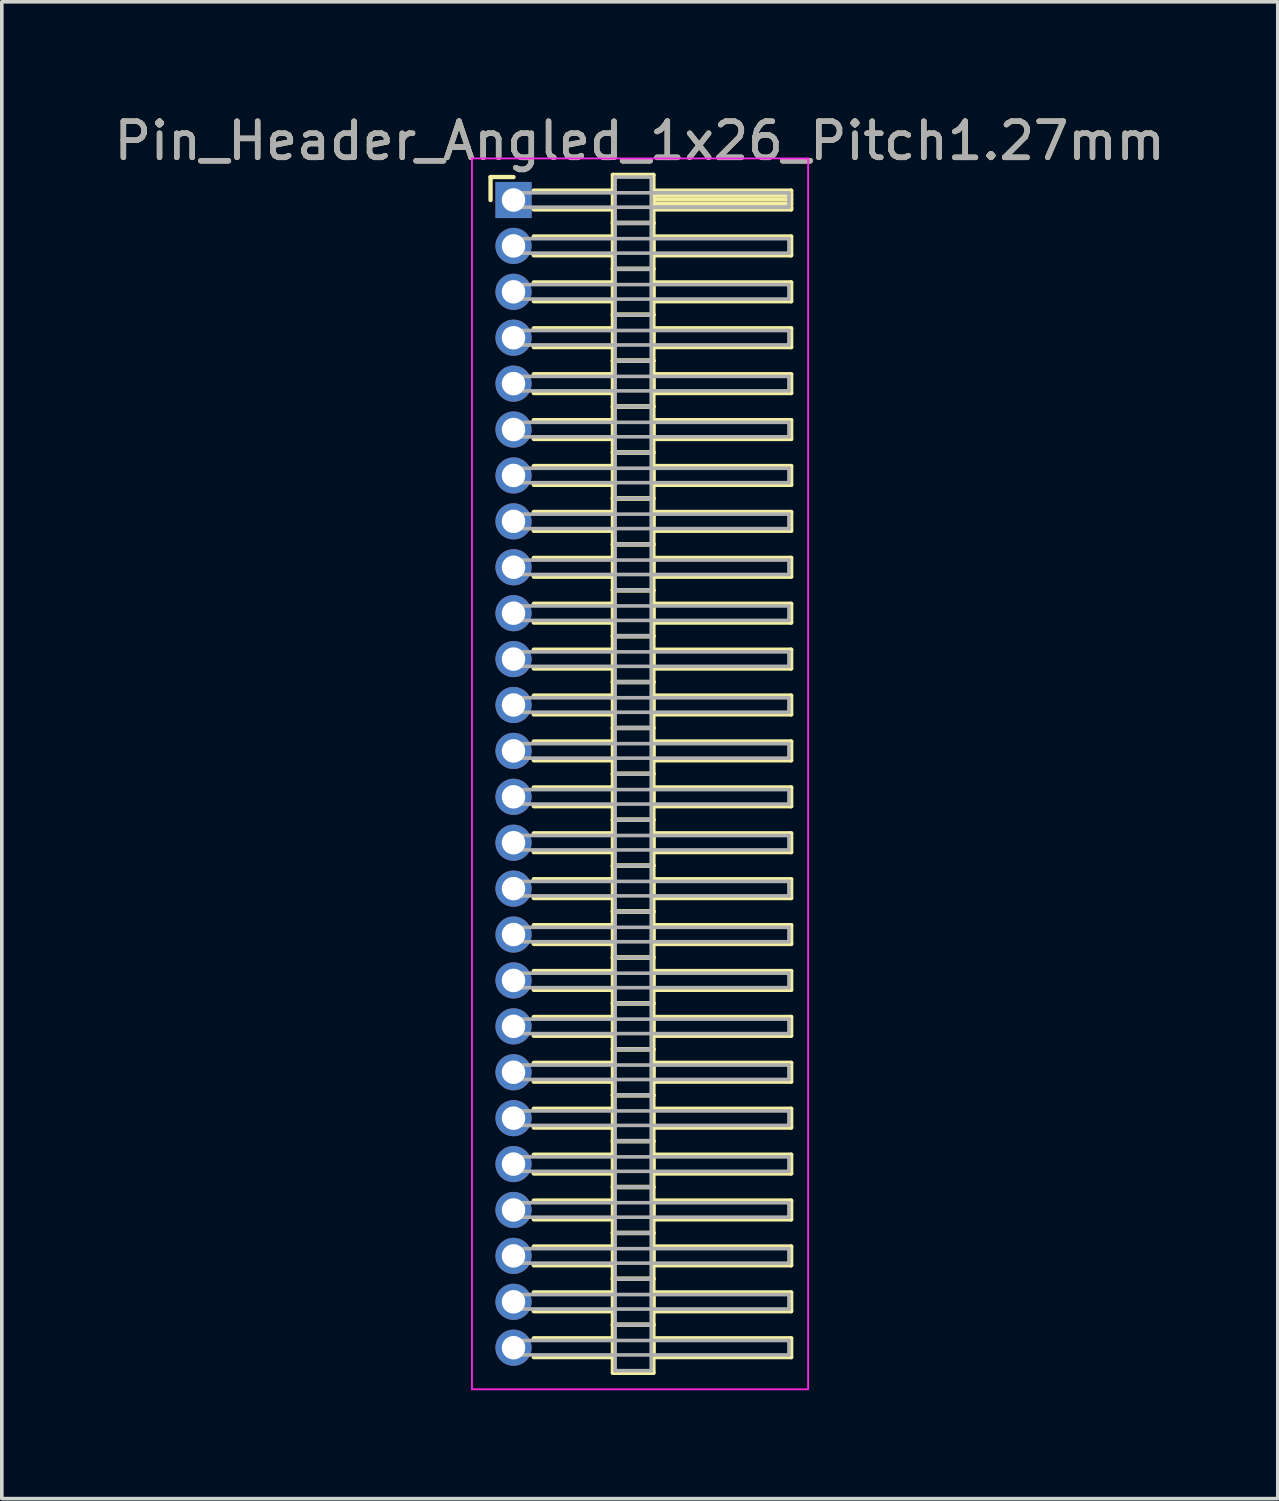
<source format=kicad_pcb>
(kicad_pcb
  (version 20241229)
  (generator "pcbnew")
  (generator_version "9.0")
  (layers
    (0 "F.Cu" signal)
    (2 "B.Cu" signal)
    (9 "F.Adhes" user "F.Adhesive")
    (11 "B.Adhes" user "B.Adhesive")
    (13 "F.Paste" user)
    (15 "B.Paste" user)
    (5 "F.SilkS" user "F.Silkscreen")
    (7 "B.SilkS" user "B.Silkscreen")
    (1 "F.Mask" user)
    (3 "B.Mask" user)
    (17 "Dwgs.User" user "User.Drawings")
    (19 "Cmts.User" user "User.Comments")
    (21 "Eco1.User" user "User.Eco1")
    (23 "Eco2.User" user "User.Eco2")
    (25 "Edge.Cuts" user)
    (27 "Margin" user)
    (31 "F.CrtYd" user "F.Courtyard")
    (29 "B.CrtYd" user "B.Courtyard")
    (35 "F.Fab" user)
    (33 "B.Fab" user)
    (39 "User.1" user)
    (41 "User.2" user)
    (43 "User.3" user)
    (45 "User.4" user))
  (footprint "Pin_Header_Angled_1x26_Pitch1.27mm"
    (layer "F.Cu")
    (at 11.156 2.483)
    (property "Reference" "Pin_Header_Angled_1x26_Pitch1.27mm" (at 3.493 -1.635 0) (layer "F.SilkS") (effects (font (size 1 1) (thickness 0.15))))
    (attr through_hole)
    (fp_line (start -0.635 -0.635) (end 0 -0.635) (stroke (width 0.12) (type solid)) (layer "F.SilkS"))
    (fp_line (start -0.635 0) (end -0.635 -0.635) (stroke (width 0.12) (type solid)) (layer "F.SilkS"))
    (fp_line (start 0.56 -0.26) (end 2.75 -0.26) (stroke (width 0.12) (type solid)) (layer "F.SilkS"))
    (fp_line (start 0.56 0.26) (end 2.75 0.26) (stroke (width 0.12) (type solid)) (layer "F.SilkS"))
    (fp_line (start 0.56 1.01) (end 2.75 1.01) (stroke (width 0.12) (type solid)) (layer "F.SilkS"))
    (fp_line (start 0.56 1.53) (end 2.75 1.53) (stroke (width 0.12) (type solid)) (layer "F.SilkS"))
    (fp_line (start 0.56 2.28) (end 2.75 2.28) (stroke (width 0.12) (type solid)) (layer "F.SilkS"))
    (fp_line (start 0.56 2.8) (end 2.75 2.8) (stroke (width 0.12) (type solid)) (layer "F.SilkS"))
    (fp_line (start 0.56 3.55) (end 2.75 3.55) (stroke (width 0.12) (type solid)) (layer "F.SilkS"))
    (fp_line (start 0.56 4.07) (end 2.75 4.07) (stroke (width 0.12) (type solid)) (layer "F.SilkS"))
    (fp_line (start 0.56 4.82) (end 2.75 4.82) (stroke (width 0.12) (type solid)) (layer "F.SilkS"))
    (fp_line (start 0.56 5.34) (end 2.75 5.34) (stroke (width 0.12) (type solid)) (layer "F.SilkS"))
    (fp_line (start 0.56 6.09) (end 2.75 6.09) (stroke (width 0.12) (type solid)) (layer "F.SilkS"))
    (fp_line (start 0.56 6.61) (end 2.75 6.61) (stroke (width 0.12) (type solid)) (layer "F.SilkS"))
    (fp_line (start 0.56 7.36) (end 2.75 7.36) (stroke (width 0.12) (type solid)) (layer "F.SilkS"))
    (fp_line (start 0.56 7.88) (end 2.75 7.88) (stroke (width 0.12) (type solid)) (layer "F.SilkS"))
    (fp_line (start 0.56 8.63) (end 2.75 8.63) (stroke (width 0.12) (type solid)) (layer "F.SilkS"))
    (fp_line (start 0.56 9.15) (end 2.75 9.15) (stroke (width 0.12) (type solid)) (layer "F.SilkS"))
    (fp_line (start 0.56 9.9) (end 2.75 9.9) (stroke (width 0.12) (type solid)) (layer "F.SilkS"))
    (fp_line (start 0.56 10.42) (end 2.75 10.42) (stroke (width 0.12) (type solid)) (layer "F.SilkS"))
    (fp_line (start 0.56 11.17) (end 2.75 11.17) (stroke (width 0.12) (type solid)) (layer "F.SilkS"))
    (fp_line (start 0.56 11.69) (end 2.75 11.69) (stroke (width 0.12) (type solid)) (layer "F.SilkS"))
    (fp_line (start 0.56 12.44) (end 2.75 12.44) (stroke (width 0.12) (type solid)) (layer "F.SilkS"))
    (fp_line (start 0.56 12.96) (end 2.75 12.96) (stroke (width 0.12) (type solid)) (layer "F.SilkS"))
    (fp_line (start 0.56 13.71) (end 2.75 13.71) (stroke (width 0.12) (type solid)) (layer "F.SilkS"))
    (fp_line (start 0.56 14.23) (end 2.75 14.23) (stroke (width 0.12) (type solid)) (layer "F.SilkS"))
    (fp_line (start 0.56 14.98) (end 2.75 14.98) (stroke (width 0.12) (type solid)) (layer "F.SilkS"))
    (fp_line (start 0.56 15.5) (end 2.75 15.5) (stroke (width 0.12) (type solid)) (layer "F.SilkS"))
    (fp_line (start 0.56 16.25) (end 2.75 16.25) (stroke (width 0.12) (type solid)) (layer "F.SilkS"))
    (fp_line (start 0.56 16.77) (end 2.75 16.77) (stroke (width 0.12) (type solid)) (layer "F.SilkS"))
    (fp_line (start 0.56 17.52) (end 2.75 17.52) (stroke (width 0.12) (type solid)) (layer "F.SilkS"))
    (fp_line (start 0.56 18.04) (end 2.75 18.04) (stroke (width 0.12) (type solid)) (layer "F.SilkS"))
    (fp_line (start 0.56 18.79) (end 2.75 18.79) (stroke (width 0.12) (type solid)) (layer "F.SilkS"))
    (fp_line (start 0.56 19.31) (end 2.75 19.31) (stroke (width 0.12) (type solid)) (layer "F.SilkS"))
    (fp_line (start 0.56 20.06) (end 2.75 20.06) (stroke (width 0.12) (type solid)) (layer "F.SilkS"))
    (fp_line (start 0.56 20.58) (end 2.75 20.58) (stroke (width 0.12) (type solid)) (layer "F.SilkS"))
    (fp_line (start 0.56 21.33) (end 2.75 21.33) (stroke (width 0.12) (type solid)) (layer "F.SilkS"))
    (fp_line (start 0.56 21.85) (end 2.75 21.85) (stroke (width 0.12) (type solid)) (layer "F.SilkS"))
    (fp_line (start 0.56 22.6) (end 2.75 22.6) (stroke (width 0.12) (type solid)) (layer "F.SilkS"))
    (fp_line (start 0.56 23.12) (end 2.75 23.12) (stroke (width 0.12) (type solid)) (layer "F.SilkS"))
    (fp_line (start 0.56 23.87) (end 2.75 23.87) (stroke (width 0.12) (type solid)) (layer "F.SilkS"))
    (fp_line (start 0.56 24.39) (end 2.75 24.39) (stroke (width 0.12) (type solid)) (layer "F.SilkS"))
    (fp_line (start 0.56 25.14) (end 2.75 25.14) (stroke (width 0.12) (type solid)) (layer "F.SilkS"))
    (fp_line (start 0.56 25.66) (end 2.75 25.66) (stroke (width 0.12) (type solid)) (layer "F.SilkS"))
    (fp_line (start 0.56 26.41) (end 2.75 26.41) (stroke (width 0.12) (type solid)) (layer "F.SilkS"))
    (fp_line (start 0.56 26.93) (end 2.75 26.93) (stroke (width 0.12) (type solid)) (layer "F.SilkS"))
    (fp_line (start 0.56 27.68) (end 2.75 27.68) (stroke (width 0.12) (type solid)) (layer "F.SilkS"))
    (fp_line (start 0.56 28.2) (end 2.75 28.2) (stroke (width 0.12) (type solid)) (layer "F.SilkS"))
    (fp_line (start 0.56 28.95) (end 2.75 28.95) (stroke (width 0.12) (type solid)) (layer "F.SilkS"))
    (fp_line (start 0.56 29.47) (end 2.75 29.47) (stroke (width 0.12) (type solid)) (layer "F.SilkS"))
    (fp_line (start 0.56 30.22) (end 2.75 30.22) (stroke (width 0.12) (type solid)) (layer "F.SilkS"))
    (fp_line (start 0.56 30.74) (end 2.75 30.74) (stroke (width 0.12) (type solid)) (layer "F.SilkS"))
    (fp_line (start 0.56 31.49) (end 2.75 31.49) (stroke (width 0.12) (type solid)) (layer "F.SilkS"))
    (fp_line (start 0.56 32.01) (end 2.75 32.01) (stroke (width 0.12) (type solid)) (layer "F.SilkS"))
    (fp_line (start 2.75 -0.695) (end 2.75 0.635) (stroke (width 0.12) (type solid)) (layer "F.SilkS"))
    (fp_line (start 2.75 0.635) (end 2.75 1.905) (stroke (width 0.12) (type solid)) (layer "F.SilkS"))
    (fp_line (start 2.75 0.635) (end 3.87 0.635) (stroke (width 0.12) (type solid)) (layer "F.SilkS"))
    (fp_line (start 2.75 1.905) (end 2.75 3.175) (stroke (width 0.12) (type solid)) (layer "F.SilkS"))
    (fp_line (start 2.75 1.905) (end 3.87 1.905) (stroke (width 0.12) (type solid)) (layer "F.SilkS"))
    (fp_line (start 2.75 3.175) (end 2.75 4.445) (stroke (width 0.12) (type solid)) (layer "F.SilkS"))
    (fp_line (start 2.75 3.175) (end 3.87 3.175) (stroke (width 0.12) (type solid)) (layer "F.SilkS"))
    (fp_line (start 2.75 4.445) (end 2.75 5.715) (stroke (width 0.12) (type solid)) (layer "F.SilkS"))
    (fp_line (start 2.75 4.445) (end 3.87 4.445) (stroke (width 0.12) (type solid)) (layer "F.SilkS"))
    (fp_line (start 2.75 5.715) (end 2.75 6.985) (stroke (width 0.12) (type solid)) (layer "F.SilkS"))
    (fp_line (start 2.75 5.715) (end 3.87 5.715) (stroke (width 0.12) (type solid)) (layer "F.SilkS"))
    (fp_line (start 2.75 6.985) (end 2.75 8.255) (stroke (width 0.12) (type solid)) (layer "F.SilkS"))
    (fp_line (start 2.75 6.985) (end 3.87 6.985) (stroke (width 0.12) (type solid)) (layer "F.SilkS"))
    (fp_line (start 2.75 8.255) (end 2.75 9.525) (stroke (width 0.12) (type solid)) (layer "F.SilkS"))
    (fp_line (start 2.75 8.255) (end 3.87 8.255) (stroke (width 0.12) (type solid)) (layer "F.SilkS"))
    (fp_line (start 2.75 9.525) (end 2.75 10.795) (stroke (width 0.12) (type solid)) (layer "F.SilkS"))
    (fp_line (start 2.75 9.525) (end 3.87 9.525) (stroke (width 0.12) (type solid)) (layer "F.SilkS"))
    (fp_line (start 2.75 10.795) (end 2.75 12.065) (stroke (width 0.12) (type solid)) (layer "F.SilkS"))
    (fp_line (start 2.75 10.795) (end 3.87 10.795) (stroke (width 0.12) (type solid)) (layer "F.SilkS"))
    (fp_line (start 2.75 12.065) (end 2.75 13.335) (stroke (width 0.12) (type solid)) (layer "F.SilkS"))
    (fp_line (start 2.75 12.065) (end 3.87 12.065) (stroke (width 0.12) (type solid)) (layer "F.SilkS"))
    (fp_line (start 2.75 13.335) (end 2.75 14.605) (stroke (width 0.12) (type solid)) (layer "F.SilkS"))
    (fp_line (start 2.75 13.335) (end 3.87 13.335) (stroke (width 0.12) (type solid)) (layer "F.SilkS"))
    (fp_line (start 2.75 14.605) (end 2.75 15.875) (stroke (width 0.12) (type solid)) (layer "F.SilkS"))
    (fp_line (start 2.75 14.605) (end 3.87 14.605) (stroke (width 0.12) (type solid)) (layer "F.SilkS"))
    (fp_line (start 2.75 15.875) (end 2.75 17.145) (stroke (width 0.12) (type solid)) (layer "F.SilkS"))
    (fp_line (start 2.75 15.875) (end 3.87 15.875) (stroke (width 0.12) (type solid)) (layer "F.SilkS"))
    (fp_line (start 2.75 17.145) (end 2.75 18.415) (stroke (width 0.12) (type solid)) (layer "F.SilkS"))
    (fp_line (start 2.75 17.145) (end 3.87 17.145) (stroke (width 0.12) (type solid)) (layer "F.SilkS"))
    (fp_line (start 2.75 18.415) (end 2.75 19.685) (stroke (width 0.12) (type solid)) (layer "F.SilkS"))
    (fp_line (start 2.75 18.415) (end 3.87 18.415) (stroke (width 0.12) (type solid)) (layer "F.SilkS"))
    (fp_line (start 2.75 19.685) (end 2.75 20.955) (stroke (width 0.12) (type solid)) (layer "F.SilkS"))
    (fp_line (start 2.75 19.685) (end 3.87 19.685) (stroke (width 0.12) (type solid)) (layer "F.SilkS"))
    (fp_line (start 2.75 20.955) (end 2.75 22.225) (stroke (width 0.12) (type solid)) (layer "F.SilkS"))
    (fp_line (start 2.75 20.955) (end 3.87 20.955) (stroke (width 0.12) (type solid)) (layer "F.SilkS"))
    (fp_line (start 2.75 22.225) (end 2.75 23.495) (stroke (width 0.12) (type solid)) (layer "F.SilkS"))
    (fp_line (start 2.75 22.225) (end 3.87 22.225) (stroke (width 0.12) (type solid)) (layer "F.SilkS"))
    (fp_line (start 2.75 23.495) (end 2.75 24.765) (stroke (width 0.12) (type solid)) (layer "F.SilkS"))
    (fp_line (start 2.75 23.495) (end 3.87 23.495) (stroke (width 0.12) (type solid)) (layer "F.SilkS"))
    (fp_line (start 2.75 24.765) (end 2.75 26.035) (stroke (width 0.12) (type solid)) (layer "F.SilkS"))
    (fp_line (start 2.75 24.765) (end 3.87 24.765) (stroke (width 0.12) (type solid)) (layer "F.SilkS"))
    (fp_line (start 2.75 26.035) (end 2.75 27.305) (stroke (width 0.12) (type solid)) (layer "F.SilkS"))
    (fp_line (start 2.75 26.035) (end 3.87 26.035) (stroke (width 0.12) (type solid)) (layer "F.SilkS"))
    (fp_line (start 2.75 27.305) (end 2.75 28.575) (stroke (width 0.12) (type solid)) (layer "F.SilkS"))
    (fp_line (start 2.75 27.305) (end 3.87 27.305) (stroke (width 0.12) (type solid)) (layer "F.SilkS"))
    (fp_line (start 2.75 28.575) (end 2.75 29.845) (stroke (width 0.12) (type solid)) (layer "F.SilkS"))
    (fp_line (start 2.75 28.575) (end 3.87 28.575) (stroke (width 0.12) (type solid)) (layer "F.SilkS"))
    (fp_line (start 2.75 29.845) (end 2.75 31.115) (stroke (width 0.12) (type solid)) (layer "F.SilkS"))
    (fp_line (start 2.75 29.845) (end 3.87 29.845) (stroke (width 0.12) (type solid)) (layer "F.SilkS"))
    (fp_line (start 2.75 31.115) (end 2.75 32.445) (stroke (width 0.12) (type solid)) (layer "F.SilkS"))
    (fp_line (start 2.75 31.115) (end 3.87 31.115) (stroke (width 0.12) (type solid)) (layer "F.SilkS"))
    (fp_line (start 2.75 32.445) (end 3.87 32.445) (stroke (width 0.12) (type solid)) (layer "F.SilkS"))
    (fp_line (start 3.87 -0.695) (end 2.75 -0.695) (stroke (width 0.12) (type solid)) (layer "F.SilkS"))
    (fp_line (start 3.87 -0.26) (end 3.87 0.26) (stroke (width 0.12) (type solid)) (layer "F.SilkS"))
    (fp_line (start 3.87 -0.14) (end 7.68 -0.14) (stroke (width 0.12) (type solid)) (layer "F.SilkS"))
    (fp_line (start 3.87 -0.02) (end 7.68 -0.02) (stroke (width 0.12) (type solid)) (layer "F.SilkS"))
    (fp_line (start 3.87 0.1) (end 7.68 0.1) (stroke (width 0.12) (type solid)) (layer "F.SilkS"))
    (fp_line (start 3.87 0.22) (end 7.68 0.22) (stroke (width 0.12) (type solid)) (layer "F.SilkS"))
    (fp_line (start 3.87 0.26) (end 7.68 0.26) (stroke (width 0.12) (type solid)) (layer "F.SilkS"))
    (fp_line (start 3.87 0.635) (end 2.75 0.635) (stroke (width 0.12) (type solid)) (layer "F.SilkS"))
    (fp_line (start 3.87 0.635) (end 3.87 -0.695) (stroke (width 0.12) (type solid)) (layer "F.SilkS"))
    (fp_line (start 3.87 1.01) (end 3.87 1.53) (stroke (width 0.12) (type solid)) (layer "F.SilkS"))
    (fp_line (start 3.87 1.53) (end 7.68 1.53) (stroke (width 0.12) (type solid)) (layer "F.SilkS"))
    (fp_line (start 3.87 1.905) (end 2.75 1.905) (stroke (width 0.12) (type solid)) (layer "F.SilkS"))
    (fp_line (start 3.87 1.905) (end 3.87 0.635) (stroke (width 0.12) (type solid)) (layer "F.SilkS"))
    (fp_line (start 3.87 2.28) (end 3.87 2.8) (stroke (width 0.12) (type solid)) (layer "F.SilkS"))
    (fp_line (start 3.87 2.8) (end 7.68 2.8) (stroke (width 0.12) (type solid)) (layer "F.SilkS"))
    (fp_line (start 3.87 3.175) (end 2.75 3.175) (stroke (width 0.12) (type solid)) (layer "F.SilkS"))
    (fp_line (start 3.87 3.175) (end 3.87 1.905) (stroke (width 0.12) (type solid)) (layer "F.SilkS"))
    (fp_line (start 3.87 3.55) (end 3.87 4.07) (stroke (width 0.12) (type solid)) (layer "F.SilkS"))
    (fp_line (start 3.87 4.07) (end 7.68 4.07) (stroke (width 0.12) (type solid)) (layer "F.SilkS"))
    (fp_line (start 3.87 4.445) (end 2.75 4.445) (stroke (width 0.12) (type solid)) (layer "F.SilkS"))
    (fp_line (start 3.87 4.445) (end 3.87 3.175) (stroke (width 0.12) (type solid)) (layer "F.SilkS"))
    (fp_line (start 3.87 4.82) (end 3.87 5.34) (stroke (width 0.12) (type solid)) (layer "F.SilkS"))
    (fp_line (start 3.87 5.34) (end 7.68 5.34) (stroke (width 0.12) (type solid)) (layer "F.SilkS"))
    (fp_line (start 3.87 5.715) (end 2.75 5.715) (stroke (width 0.12) (type solid)) (layer "F.SilkS"))
    (fp_line (start 3.87 5.715) (end 3.87 4.445) (stroke (width 0.12) (type solid)) (layer "F.SilkS"))
    (fp_line (start 3.87 6.09) (end 3.87 6.61) (stroke (width 0.12) (type solid)) (layer "F.SilkS"))
    (fp_line (start 3.87 6.61) (end 7.68 6.61) (stroke (width 0.12) (type solid)) (layer "F.SilkS"))
    (fp_line (start 3.87 6.985) (end 2.75 6.985) (stroke (width 0.12) (type solid)) (layer "F.SilkS"))
    (fp_line (start 3.87 6.985) (end 3.87 5.715) (stroke (width 0.12) (type solid)) (layer "F.SilkS"))
    (fp_line (start 3.87 7.36) (end 3.87 7.88) (stroke (width 0.12) (type solid)) (layer "F.SilkS"))
    (fp_line (start 3.87 7.88) (end 7.68 7.88) (stroke (width 0.12) (type solid)) (layer "F.SilkS"))
    (fp_line (start 3.87 8.255) (end 2.75 8.255) (stroke (width 0.12) (type solid)) (layer "F.SilkS"))
    (fp_line (start 3.87 8.255) (end 3.87 6.985) (stroke (width 0.12) (type solid)) (layer "F.SilkS"))
    (fp_line (start 3.87 8.63) (end 3.87 9.15) (stroke (width 0.12) (type solid)) (layer "F.SilkS"))
    (fp_line (start 3.87 9.15) (end 7.68 9.15) (stroke (width 0.12) (type solid)) (layer "F.SilkS"))
    (fp_line (start 3.87 9.525) (end 2.75 9.525) (stroke (width 0.12) (type solid)) (layer "F.SilkS"))
    (fp_line (start 3.87 9.525) (end 3.87 8.255) (stroke (width 0.12) (type solid)) (layer "F.SilkS"))
    (fp_line (start 3.87 9.9) (end 3.87 10.42) (stroke (width 0.12) (type solid)) (layer "F.SilkS"))
    (fp_line (start 3.87 10.42) (end 7.68 10.42) (stroke (width 0.12) (type solid)) (layer "F.SilkS"))
    (fp_line (start 3.87 10.795) (end 2.75 10.795) (stroke (width 0.12) (type solid)) (layer "F.SilkS"))
    (fp_line (start 3.87 10.795) (end 3.87 9.525) (stroke (width 0.12) (type solid)) (layer "F.SilkS"))
    (fp_line (start 3.87 11.17) (end 3.87 11.69) (stroke (width 0.12) (type solid)) (layer "F.SilkS"))
    (fp_line (start 3.87 11.69) (end 7.68 11.69) (stroke (width 0.12) (type solid)) (layer "F.SilkS"))
    (fp_line (start 3.87 12.065) (end 2.75 12.065) (stroke (width 0.12) (type solid)) (layer "F.SilkS"))
    (fp_line (start 3.87 12.065) (end 3.87 10.795) (stroke (width 0.12) (type solid)) (layer "F.SilkS"))
    (fp_line (start 3.87 12.44) (end 3.87 12.96) (stroke (width 0.12) (type solid)) (layer "F.SilkS"))
    (fp_line (start 3.87 12.96) (end 7.68 12.96) (stroke (width 0.12) (type solid)) (layer "F.SilkS"))
    (fp_line (start 3.87 13.335) (end 2.75 13.335) (stroke (width 0.12) (type solid)) (layer "F.SilkS"))
    (fp_line (start 3.87 13.335) (end 3.87 12.065) (stroke (width 0.12) (type solid)) (layer "F.SilkS"))
    (fp_line (start 3.87 13.71) (end 3.87 14.23) (stroke (width 0.12) (type solid)) (layer "F.SilkS"))
    (fp_line (start 3.87 14.23) (end 7.68 14.23) (stroke (width 0.12) (type solid)) (layer "F.SilkS"))
    (fp_line (start 3.87 14.605) (end 2.75 14.605) (stroke (width 0.12) (type solid)) (layer "F.SilkS"))
    (fp_line (start 3.87 14.605) (end 3.87 13.335) (stroke (width 0.12) (type solid)) (layer "F.SilkS"))
    (fp_line (start 3.87 14.98) (end 3.87 15.5) (stroke (width 0.12) (type solid)) (layer "F.SilkS"))
    (fp_line (start 3.87 15.5) (end 7.68 15.5) (stroke (width 0.12) (type solid)) (layer "F.SilkS"))
    (fp_line (start 3.87 15.875) (end 2.75 15.875) (stroke (width 0.12) (type solid)) (layer "F.SilkS"))
    (fp_line (start 3.87 15.875) (end 3.87 14.605) (stroke (width 0.12) (type solid)) (layer "F.SilkS"))
    (fp_line (start 3.87 16.25) (end 3.87 16.77) (stroke (width 0.12) (type solid)) (layer "F.SilkS"))
    (fp_line (start 3.87 16.77) (end 7.68 16.77) (stroke (width 0.12) (type solid)) (layer "F.SilkS"))
    (fp_line (start 3.87 17.145) (end 2.75 17.145) (stroke (width 0.12) (type solid)) (layer "F.SilkS"))
    (fp_line (start 3.87 17.145) (end 3.87 15.875) (stroke (width 0.12) (type solid)) (layer "F.SilkS"))
    (fp_line (start 3.87 17.52) (end 3.87 18.04) (stroke (width 0.12) (type solid)) (layer "F.SilkS"))
    (fp_line (start 3.87 18.04) (end 7.68 18.04) (stroke (width 0.12) (type solid)) (layer "F.SilkS"))
    (fp_line (start 3.87 18.415) (end 2.75 18.415) (stroke (width 0.12) (type solid)) (layer "F.SilkS"))
    (fp_line (start 3.87 18.415) (end 3.87 17.145) (stroke (width 0.12) (type solid)) (layer "F.SilkS"))
    (fp_line (start 3.87 18.79) (end 3.87 19.31) (stroke (width 0.12) (type solid)) (layer "F.SilkS"))
    (fp_line (start 3.87 19.31) (end 7.68 19.31) (stroke (width 0.12) (type solid)) (layer "F.SilkS"))
    (fp_line (start 3.87 19.685) (end 2.75 19.685) (stroke (width 0.12) (type solid)) (layer "F.SilkS"))
    (fp_line (start 3.87 19.685) (end 3.87 18.415) (stroke (width 0.12) (type solid)) (layer "F.SilkS"))
    (fp_line (start 3.87 20.06) (end 3.87 20.58) (stroke (width 0.12) (type solid)) (layer "F.SilkS"))
    (fp_line (start 3.87 20.58) (end 7.68 20.58) (stroke (width 0.12) (type solid)) (layer "F.SilkS"))
    (fp_line (start 3.87 20.955) (end 2.75 20.955) (stroke (width 0.12) (type solid)) (layer "F.SilkS"))
    (fp_line (start 3.87 20.955) (end 3.87 19.685) (stroke (width 0.12) (type solid)) (layer "F.SilkS"))
    (fp_line (start 3.87 21.33) (end 3.87 21.85) (stroke (width 0.12) (type solid)) (layer "F.SilkS"))
    (fp_line (start 3.87 21.85) (end 7.68 21.85) (stroke (width 0.12) (type solid)) (layer "F.SilkS"))
    (fp_line (start 3.87 22.225) (end 2.75 22.225) (stroke (width 0.12) (type solid)) (layer "F.SilkS"))
    (fp_line (start 3.87 22.225) (end 3.87 20.955) (stroke (width 0.12) (type solid)) (layer "F.SilkS"))
    (fp_line (start 3.87 22.6) (end 3.87 23.12) (stroke (width 0.12) (type solid)) (layer "F.SilkS"))
    (fp_line (start 3.87 23.12) (end 7.68 23.12) (stroke (width 0.12) (type solid)) (layer "F.SilkS"))
    (fp_line (start 3.87 23.495) (end 2.75 23.495) (stroke (width 0.12) (type solid)) (layer "F.SilkS"))
    (fp_line (start 3.87 23.495) (end 3.87 22.225) (stroke (width 0.12) (type solid)) (layer "F.SilkS"))
    (fp_line (start 3.87 23.87) (end 3.87 24.39) (stroke (width 0.12) (type solid)) (layer "F.SilkS"))
    (fp_line (start 3.87 24.39) (end 7.68 24.39) (stroke (width 0.12) (type solid)) (layer "F.SilkS"))
    (fp_line (start 3.87 24.765) (end 2.75 24.765) (stroke (width 0.12) (type solid)) (layer "F.SilkS"))
    (fp_line (start 3.87 24.765) (end 3.87 23.495) (stroke (width 0.12) (type solid)) (layer "F.SilkS"))
    (fp_line (start 3.87 25.14) (end 3.87 25.66) (stroke (width 0.12) (type solid)) (layer "F.SilkS"))
    (fp_line (start 3.87 25.66) (end 7.68 25.66) (stroke (width 0.12) (type solid)) (layer "F.SilkS"))
    (fp_line (start 3.87 26.035) (end 2.75 26.035) (stroke (width 0.12) (type solid)) (layer "F.SilkS"))
    (fp_line (start 3.87 26.035) (end 3.87 24.765) (stroke (width 0.12) (type solid)) (layer "F.SilkS"))
    (fp_line (start 3.87 26.41) (end 3.87 26.93) (stroke (width 0.12) (type solid)) (layer "F.SilkS"))
    (fp_line (start 3.87 26.93) (end 7.68 26.93) (stroke (width 0.12) (type solid)) (layer "F.SilkS"))
    (fp_line (start 3.87 27.305) (end 2.75 27.305) (stroke (width 0.12) (type solid)) (layer "F.SilkS"))
    (fp_line (start 3.87 27.305) (end 3.87 26.035) (stroke (width 0.12) (type solid)) (layer "F.SilkS"))
    (fp_line (start 3.87 27.68) (end 3.87 28.2) (stroke (width 0.12) (type solid)) (layer "F.SilkS"))
    (fp_line (start 3.87 28.2) (end 7.68 28.2) (stroke (width 0.12) (type solid)) (layer "F.SilkS"))
    (fp_line (start 3.87 28.575) (end 2.75 28.575) (stroke (width 0.12) (type solid)) (layer "F.SilkS"))
    (fp_line (start 3.87 28.575) (end 3.87 27.305) (stroke (width 0.12) (type solid)) (layer "F.SilkS"))
    (fp_line (start 3.87 28.95) (end 3.87 29.47) (stroke (width 0.12) (type solid)) (layer "F.SilkS"))
    (fp_line (start 3.87 29.47) (end 7.68 29.47) (stroke (width 0.12) (type solid)) (layer "F.SilkS"))
    (fp_line (start 3.87 29.845) (end 2.75 29.845) (stroke (width 0.12) (type solid)) (layer "F.SilkS"))
    (fp_line (start 3.87 29.845) (end 3.87 28.575) (stroke (width 0.12) (type solid)) (layer "F.SilkS"))
    (fp_line (start 3.87 30.22) (end 3.87 30.74) (stroke (width 0.12) (type solid)) (layer "F.SilkS"))
    (fp_line (start 3.87 30.74) (end 7.68 30.74) (stroke (width 0.12) (type solid)) (layer "F.SilkS"))
    (fp_line (start 3.87 31.115) (end 2.75 31.115) (stroke (width 0.12) (type solid)) (layer "F.SilkS"))
    (fp_line (start 3.87 31.115) (end 3.87 29.845) (stroke (width 0.12) (type solid)) (layer "F.SilkS"))
    (fp_line (start 3.87 31.49) (end 3.87 32.01) (stroke (width 0.12) (type solid)) (layer "F.SilkS"))
    (fp_line (start 3.87 32.01) (end 7.68 32.01) (stroke (width 0.12) (type solid)) (layer "F.SilkS"))
    (fp_line (start 3.87 32.445) (end 3.87 31.115) (stroke (width 0.12) (type solid)) (layer "F.SilkS"))
    (fp_line (start 7.68 -0.26) (end 3.87 -0.26) (stroke (width 0.12) (type solid)) (layer "F.SilkS"))
    (fp_line (start 7.68 0.26) (end 7.68 -0.26) (stroke (width 0.12) (type solid)) (layer "F.SilkS"))
    (fp_line (start 7.68 1.01) (end 3.87 1.01) (stroke (width 0.12) (type solid)) (layer "F.SilkS"))
    (fp_line (start 7.68 1.53) (end 7.68 1.01) (stroke (width 0.12) (type solid)) (layer "F.SilkS"))
    (fp_line (start 7.68 2.28) (end 3.87 2.28) (stroke (width 0.12) (type solid)) (layer "F.SilkS"))
    (fp_line (start 7.68 2.8) (end 7.68 2.28) (stroke (width 0.12) (type solid)) (layer "F.SilkS"))
    (fp_line (start 7.68 3.55) (end 3.87 3.55) (stroke (width 0.12) (type solid)) (layer "F.SilkS"))
    (fp_line (start 7.68 4.07) (end 7.68 3.55) (stroke (width 0.12) (type solid)) (layer "F.SilkS"))
    (fp_line (start 7.68 4.82) (end 3.87 4.82) (stroke (width 0.12) (type solid)) (layer "F.SilkS"))
    (fp_line (start 7.68 5.34) (end 7.68 4.82) (stroke (width 0.12) (type solid)) (layer "F.SilkS"))
    (fp_line (start 7.68 6.09) (end 3.87 6.09) (stroke (width 0.12) (type solid)) (layer "F.SilkS"))
    (fp_line (start 7.68 6.61) (end 7.68 6.09) (stroke (width 0.12) (type solid)) (layer "F.SilkS"))
    (fp_line (start 7.68 7.36) (end 3.87 7.36) (stroke (width 0.12) (type solid)) (layer "F.SilkS"))
    (fp_line (start 7.68 7.88) (end 7.68 7.36) (stroke (width 0.12) (type solid)) (layer "F.SilkS"))
    (fp_line (start 7.68 8.63) (end 3.87 8.63) (stroke (width 0.12) (type solid)) (layer "F.SilkS"))
    (fp_line (start 7.68 9.15) (end 7.68 8.63) (stroke (width 0.12) (type solid)) (layer "F.SilkS"))
    (fp_line (start 7.68 9.9) (end 3.87 9.9) (stroke (width 0.12) (type solid)) (layer "F.SilkS"))
    (fp_line (start 7.68 10.42) (end 7.68 9.9) (stroke (width 0.12) (type solid)) (layer "F.SilkS"))
    (fp_line (start 7.68 11.17) (end 3.87 11.17) (stroke (width 0.12) (type solid)) (layer "F.SilkS"))
    (fp_line (start 7.68 11.69) (end 7.68 11.17) (stroke (width 0.12) (type solid)) (layer "F.SilkS"))
    (fp_line (start 7.68 12.44) (end 3.87 12.44) (stroke (width 0.12) (type solid)) (layer "F.SilkS"))
    (fp_line (start 7.68 12.96) (end 7.68 12.44) (stroke (width 0.12) (type solid)) (layer "F.SilkS"))
    (fp_line (start 7.68 13.71) (end 3.87 13.71) (stroke (width 0.12) (type solid)) (layer "F.SilkS"))
    (fp_line (start 7.68 14.23) (end 7.68 13.71) (stroke (width 0.12) (type solid)) (layer "F.SilkS"))
    (fp_line (start 7.68 14.98) (end 3.87 14.98) (stroke (width 0.12) (type solid)) (layer "F.SilkS"))
    (fp_line (start 7.68 15.5) (end 7.68 14.98) (stroke (width 0.12) (type solid)) (layer "F.SilkS"))
    (fp_line (start 7.68 16.25) (end 3.87 16.25) (stroke (width 0.12) (type solid)) (layer "F.SilkS"))
    (fp_line (start 7.68 16.77) (end 7.68 16.25) (stroke (width 0.12) (type solid)) (layer "F.SilkS"))
    (fp_line (start 7.68 17.52) (end 3.87 17.52) (stroke (width 0.12) (type solid)) (layer "F.SilkS"))
    (fp_line (start 7.68 18.04) (end 7.68 17.52) (stroke (width 0.12) (type solid)) (layer "F.SilkS"))
    (fp_line (start 7.68 18.79) (end 3.87 18.79) (stroke (width 0.12) (type solid)) (layer "F.SilkS"))
    (fp_line (start 7.68 19.31) (end 7.68 18.79) (stroke (width 0.12) (type solid)) (layer "F.SilkS"))
    (fp_line (start 7.68 20.06) (end 3.87 20.06) (stroke (width 0.12) (type solid)) (layer "F.SilkS"))
    (fp_line (start 7.68 20.58) (end 7.68 20.06) (stroke (width 0.12) (type solid)) (layer "F.SilkS"))
    (fp_line (start 7.68 21.33) (end 3.87 21.33) (stroke (width 0.12) (type solid)) (layer "F.SilkS"))
    (fp_line (start 7.68 21.85) (end 7.68 21.33) (stroke (width 0.12) (type solid)) (layer "F.SilkS"))
    (fp_line (start 7.68 22.6) (end 3.87 22.6) (stroke (width 0.12) (type solid)) (layer "F.SilkS"))
    (fp_line (start 7.68 23.12) (end 7.68 22.6) (stroke (width 0.12) (type solid)) (layer "F.SilkS"))
    (fp_line (start 7.68 23.87) (end 3.87 23.87) (stroke (width 0.12) (type solid)) (layer "F.SilkS"))
    (fp_line (start 7.68 24.39) (end 7.68 23.87) (stroke (width 0.12) (type solid)) (layer "F.SilkS"))
    (fp_line (start 7.68 25.14) (end 3.87 25.14) (stroke (width 0.12) (type solid)) (layer "F.SilkS"))
    (fp_line (start 7.68 25.66) (end 7.68 25.14) (stroke (width 0.12) (type solid)) (layer "F.SilkS"))
    (fp_line (start 7.68 26.41) (end 3.87 26.41) (stroke (width 0.12) (type solid)) (layer "F.SilkS"))
    (fp_line (start 7.68 26.93) (end 7.68 26.41) (stroke (width 0.12) (type solid)) (layer "F.SilkS"))
    (fp_line (start 7.68 27.68) (end 3.87 27.68) (stroke (width 0.12) (type solid)) (layer "F.SilkS"))
    (fp_line (start 7.68 28.2) (end 7.68 27.68) (stroke (width 0.12) (type solid)) (layer "F.SilkS"))
    (fp_line (start 7.68 28.95) (end 3.87 28.95) (stroke (width 0.12) (type solid)) (layer "F.SilkS"))
    (fp_line (start 7.68 29.47) (end 7.68 28.95) (stroke (width 0.12) (type solid)) (layer "F.SilkS"))
    (fp_line (start 7.68 30.22) (end 3.87 30.22) (stroke (width 0.12) (type solid)) (layer "F.SilkS"))
    (fp_line (start 7.68 30.74) (end 7.68 30.22) (stroke (width 0.12) (type solid)) (layer "F.SilkS"))
    (fp_line (start 7.68 31.49) (end 3.87 31.49) (stroke (width 0.12) (type solid)) (layer "F.SilkS"))
    (fp_line (start 7.68 32.01) (end 7.68 31.49) (stroke (width 0.12) (type solid)) (layer "F.SilkS"))
    (fp_line (start -1.15 -1.15) (end -1.15 32.9) (stroke (width 0.05) (type solid)) (layer "F.CrtYd"))
    (fp_line (start -1.15 32.9) (end 8.15 32.9) (stroke (width 0.05) (type solid)) (layer "F.CrtYd"))
    (fp_line (start 8.15 -1.15) (end -1.15 -1.15) (stroke (width 0.05) (type solid)) (layer "F.CrtYd"))
    (fp_line (start 8.15 32.9) (end 8.15 -1.15) (stroke (width 0.05) (type solid)) (layer "F.CrtYd"))
    (fp_line (start 0 -0.2) (end 0 0.2) (stroke (width 0.1) (type solid)) (layer "F.Fab"))
    (fp_line (start 0 0.2) (end 7.62 0.2) (stroke (width 0.1) (type solid)) (layer "F.Fab"))
    (fp_line (start 0 1.07) (end 0 1.47) (stroke (width 0.1) (type solid)) (layer "F.Fab"))
    (fp_line (start 0 1.47) (end 7.62 1.47) (stroke (width 0.1) (type solid)) (layer "F.Fab"))
    (fp_line (start 0 2.34) (end 0 2.74) (stroke (width 0.1) (type solid)) (layer "F.Fab"))
    (fp_line (start 0 2.74) (end 7.62 2.74) (stroke (width 0.1) (type solid)) (layer "F.Fab"))
    (fp_line (start 0 3.61) (end 0 4.01) (stroke (width 0.1) (type solid)) (layer "F.Fab"))
    (fp_line (start 0 4.01) (end 7.62 4.01) (stroke (width 0.1) (type solid)) (layer "F.Fab"))
    (fp_line (start 0 4.88) (end 0 5.28) (stroke (width 0.1) (type solid)) (layer "F.Fab"))
    (fp_line (start 0 5.28) (end 7.62 5.28) (stroke (width 0.1) (type solid)) (layer "F.Fab"))
    (fp_line (start 0 6.15) (end 0 6.55) (stroke (width 0.1) (type solid)) (layer "F.Fab"))
    (fp_line (start 0 6.55) (end 7.62 6.55) (stroke (width 0.1) (type solid)) (layer "F.Fab"))
    (fp_line (start 0 7.42) (end 0 7.82) (stroke (width 0.1) (type solid)) (layer "F.Fab"))
    (fp_line (start 0 7.82) (end 7.62 7.82) (stroke (width 0.1) (type solid)) (layer "F.Fab"))
    (fp_line (start 0 8.69) (end 0 9.09) (stroke (width 0.1) (type solid)) (layer "F.Fab"))
    (fp_line (start 0 9.09) (end 7.62 9.09) (stroke (width 0.1) (type solid)) (layer "F.Fab"))
    (fp_line (start 0 9.96) (end 0 10.36) (stroke (width 0.1) (type solid)) (layer "F.Fab"))
    (fp_line (start 0 10.36) (end 7.62 10.36) (stroke (width 0.1) (type solid)) (layer "F.Fab"))
    (fp_line (start 0 11.23) (end 0 11.63) (stroke (width 0.1) (type solid)) (layer "F.Fab"))
    (fp_line (start 0 11.63) (end 7.62 11.63) (stroke (width 0.1) (type solid)) (layer "F.Fab"))
    (fp_line (start 0 12.5) (end 0 12.9) (stroke (width 0.1) (type solid)) (layer "F.Fab"))
    (fp_line (start 0 12.9) (end 7.62 12.9) (stroke (width 0.1) (type solid)) (layer "F.Fab"))
    (fp_line (start 0 13.77) (end 0 14.17) (stroke (width 0.1) (type solid)) (layer "F.Fab"))
    (fp_line (start 0 14.17) (end 7.62 14.17) (stroke (width 0.1) (type solid)) (layer "F.Fab"))
    (fp_line (start 0 15.04) (end 0 15.44) (stroke (width 0.1) (type solid)) (layer "F.Fab"))
    (fp_line (start 0 15.44) (end 7.62 15.44) (stroke (width 0.1) (type solid)) (layer "F.Fab"))
    (fp_line (start 0 16.31) (end 0 16.71) (stroke (width 0.1) (type solid)) (layer "F.Fab"))
    (fp_line (start 0 16.71) (end 7.62 16.71) (stroke (width 0.1) (type solid)) (layer "F.Fab"))
    (fp_line (start 0 17.58) (end 0 17.98) (stroke (width 0.1) (type solid)) (layer "F.Fab"))
    (fp_line (start 0 17.98) (end 7.62 17.98) (stroke (width 0.1) (type solid)) (layer "F.Fab"))
    (fp_line (start 0 18.85) (end 0 19.25) (stroke (width 0.1) (type solid)) (layer "F.Fab"))
    (fp_line (start 0 19.25) (end 7.62 19.25) (stroke (width 0.1) (type solid)) (layer "F.Fab"))
    (fp_line (start 0 20.12) (end 0 20.52) (stroke (width 0.1) (type solid)) (layer "F.Fab"))
    (fp_line (start 0 20.52) (end 7.62 20.52) (stroke (width 0.1) (type solid)) (layer "F.Fab"))
    (fp_line (start 0 21.39) (end 0 21.79) (stroke (width 0.1) (type solid)) (layer "F.Fab"))
    (fp_line (start 0 21.79) (end 7.62 21.79) (stroke (width 0.1) (type solid)) (layer "F.Fab"))
    (fp_line (start 0 22.66) (end 0 23.06) (stroke (width 0.1) (type solid)) (layer "F.Fab"))
    (fp_line (start 0 23.06) (end 7.62 23.06) (stroke (width 0.1) (type solid)) (layer "F.Fab"))
    (fp_line (start 0 23.93) (end 0 24.33) (stroke (width 0.1) (type solid)) (layer "F.Fab"))
    (fp_line (start 0 24.33) (end 7.62 24.33) (stroke (width 0.1) (type solid)) (layer "F.Fab"))
    (fp_line (start 0 25.2) (end 0 25.6) (stroke (width 0.1) (type solid)) (layer "F.Fab"))
    (fp_line (start 0 25.6) (end 7.62 25.6) (stroke (width 0.1) (type solid)) (layer "F.Fab"))
    (fp_line (start 0 26.47) (end 0 26.87) (stroke (width 0.1) (type solid)) (layer "F.Fab"))
    (fp_line (start 0 26.87) (end 7.62 26.87) (stroke (width 0.1) (type solid)) (layer "F.Fab"))
    (fp_line (start 0 27.74) (end 0 28.14) (stroke (width 0.1) (type solid)) (layer "F.Fab"))
    (fp_line (start 0 28.14) (end 7.62 28.14) (stroke (width 0.1) (type solid)) (layer "F.Fab"))
    (fp_line (start 0 29.01) (end 0 29.41) (stroke (width 0.1) (type solid)) (layer "F.Fab"))
    (fp_line (start 0 29.41) (end 7.62 29.41) (stroke (width 0.1) (type solid)) (layer "F.Fab"))
    (fp_line (start 0 30.28) (end 0 30.68) (stroke (width 0.1) (type solid)) (layer "F.Fab"))
    (fp_line (start 0 30.68) (end 7.62 30.68) (stroke (width 0.1) (type solid)) (layer "F.Fab"))
    (fp_line (start 0 31.55) (end 0 31.95) (stroke (width 0.1) (type solid)) (layer "F.Fab"))
    (fp_line (start 0 31.95) (end 7.62 31.95) (stroke (width 0.1) (type solid)) (layer "F.Fab"))
    (fp_line (start 2.81 -0.635) (end 2.81 0.635) (stroke (width 0.1) (type solid)) (layer "F.Fab"))
    (fp_line (start 2.81 0.635) (end 2.81 1.905) (stroke (width 0.1) (type solid)) (layer "F.Fab"))
    (fp_line (start 2.81 0.635) (end 3.81 0.635) (stroke (width 0.1) (type solid)) (layer "F.Fab"))
    (fp_line (start 2.81 1.905) (end 2.81 3.175) (stroke (width 0.1) (type solid)) (layer "F.Fab"))
    (fp_line (start 2.81 1.905) (end 3.81 1.905) (stroke (width 0.1) (type solid)) (layer "F.Fab"))
    (fp_line (start 2.81 3.175) (end 2.81 4.445) (stroke (width 0.1) (type solid)) (layer "F.Fab"))
    (fp_line (start 2.81 3.175) (end 3.81 3.175) (stroke (width 0.1) (type solid)) (layer "F.Fab"))
    (fp_line (start 2.81 4.445) (end 2.81 5.715) (stroke (width 0.1) (type solid)) (layer "F.Fab"))
    (fp_line (start 2.81 4.445) (end 3.81 4.445) (stroke (width 0.1) (type solid)) (layer "F.Fab"))
    (fp_line (start 2.81 5.715) (end 2.81 6.985) (stroke (width 0.1) (type solid)) (layer "F.Fab"))
    (fp_line (start 2.81 5.715) (end 3.81 5.715) (stroke (width 0.1) (type solid)) (layer "F.Fab"))
    (fp_line (start 2.81 6.985) (end 2.81 8.255) (stroke (width 0.1) (type solid)) (layer "F.Fab"))
    (fp_line (start 2.81 6.985) (end 3.81 6.985) (stroke (width 0.1) (type solid)) (layer "F.Fab"))
    (fp_line (start 2.81 8.255) (end 2.81 9.525) (stroke (width 0.1) (type solid)) (layer "F.Fab"))
    (fp_line (start 2.81 8.255) (end 3.81 8.255) (stroke (width 0.1) (type solid)) (layer "F.Fab"))
    (fp_line (start 2.81 9.525) (end 2.81 10.795) (stroke (width 0.1) (type solid)) (layer "F.Fab"))
    (fp_line (start 2.81 9.525) (end 3.81 9.525) (stroke (width 0.1) (type solid)) (layer "F.Fab"))
    (fp_line (start 2.81 10.795) (end 2.81 12.065) (stroke (width 0.1) (type solid)) (layer "F.Fab"))
    (fp_line (start 2.81 10.795) (end 3.81 10.795) (stroke (width 0.1) (type solid)) (layer "F.Fab"))
    (fp_line (start 2.81 12.065) (end 2.81 13.335) (stroke (width 0.1) (type solid)) (layer "F.Fab"))
    (fp_line (start 2.81 12.065) (end 3.81 12.065) (stroke (width 0.1) (type solid)) (layer "F.Fab"))
    (fp_line (start 2.81 13.335) (end 2.81 14.605) (stroke (width 0.1) (type solid)) (layer "F.Fab"))
    (fp_line (start 2.81 13.335) (end 3.81 13.335) (stroke (width 0.1) (type solid)) (layer "F.Fab"))
    (fp_line (start 2.81 14.605) (end 2.81 15.875) (stroke (width 0.1) (type solid)) (layer "F.Fab"))
    (fp_line (start 2.81 14.605) (end 3.81 14.605) (stroke (width 0.1) (type solid)) (layer "F.Fab"))
    (fp_line (start 2.81 15.875) (end 2.81 17.145) (stroke (width 0.1) (type solid)) (layer "F.Fab"))
    (fp_line (start 2.81 15.875) (end 3.81 15.875) (stroke (width 0.1) (type solid)) (layer "F.Fab"))
    (fp_line (start 2.81 17.145) (end 2.81 18.415) (stroke (width 0.1) (type solid)) (layer "F.Fab"))
    (fp_line (start 2.81 17.145) (end 3.81 17.145) (stroke (width 0.1) (type solid)) (layer "F.Fab"))
    (fp_line (start 2.81 18.415) (end 2.81 19.685) (stroke (width 0.1) (type solid)) (layer "F.Fab"))
    (fp_line (start 2.81 18.415) (end 3.81 18.415) (stroke (width 0.1) (type solid)) (layer "F.Fab"))
    (fp_line (start 2.81 19.685) (end 2.81 20.955) (stroke (width 0.1) (type solid)) (layer "F.Fab"))
    (fp_line (start 2.81 19.685) (end 3.81 19.685) (stroke (width 0.1) (type solid)) (layer "F.Fab"))
    (fp_line (start 2.81 20.955) (end 2.81 22.225) (stroke (width 0.1) (type solid)) (layer "F.Fab"))
    (fp_line (start 2.81 20.955) (end 3.81 20.955) (stroke (width 0.1) (type solid)) (layer "F.Fab"))
    (fp_line (start 2.81 22.225) (end 2.81 23.495) (stroke (width 0.1) (type solid)) (layer "F.Fab"))
    (fp_line (start 2.81 22.225) (end 3.81 22.225) (stroke (width 0.1) (type solid)) (layer "F.Fab"))
    (fp_line (start 2.81 23.495) (end 2.81 24.765) (stroke (width 0.1) (type solid)) (layer "F.Fab"))
    (fp_line (start 2.81 23.495) (end 3.81 23.495) (stroke (width 0.1) (type solid)) (layer "F.Fab"))
    (fp_line (start 2.81 24.765) (end 2.81 26.035) (stroke (width 0.1) (type solid)) (layer "F.Fab"))
    (fp_line (start 2.81 24.765) (end 3.81 24.765) (stroke (width 0.1) (type solid)) (layer "F.Fab"))
    (fp_line (start 2.81 26.035) (end 2.81 27.305) (stroke (width 0.1) (type solid)) (layer "F.Fab"))
    (fp_line (start 2.81 26.035) (end 3.81 26.035) (stroke (width 0.1) (type solid)) (layer "F.Fab"))
    (fp_line (start 2.81 27.305) (end 2.81 28.575) (stroke (width 0.1) (type solid)) (layer "F.Fab"))
    (fp_line (start 2.81 27.305) (end 3.81 27.305) (stroke (width 0.1) (type solid)) (layer "F.Fab"))
    (fp_line (start 2.81 28.575) (end 2.81 29.845) (stroke (width 0.1) (type solid)) (layer "F.Fab"))
    (fp_line (start 2.81 28.575) (end 3.81 28.575) (stroke (width 0.1) (type solid)) (layer "F.Fab"))
    (fp_line (start 2.81 29.845) (end 2.81 31.115) (stroke (width 0.1) (type solid)) (layer "F.Fab"))
    (fp_line (start 2.81 29.845) (end 3.81 29.845) (stroke (width 0.1) (type solid)) (layer "F.Fab"))
    (fp_line (start 2.81 31.115) (end 2.81 32.385) (stroke (width 0.1) (type solid)) (layer "F.Fab"))
    (fp_line (start 2.81 31.115) (end 3.81 31.115) (stroke (width 0.1) (type solid)) (layer "F.Fab"))
    (fp_line (start 2.81 32.385) (end 3.81 32.385) (stroke (width 0.1) (type solid)) (layer "F.Fab"))
    (fp_line (start 3.81 -0.635) (end 2.81 -0.635) (stroke (width 0.1) (type solid)) (layer "F.Fab"))
    (fp_line (start 3.81 0.635) (end 2.81 0.635) (stroke (width 0.1) (type solid)) (layer "F.Fab"))
    (fp_line (start 3.81 0.635) (end 3.81 -0.635) (stroke (width 0.1) (type solid)) (layer "F.Fab"))
    (fp_line (start 3.81 1.905) (end 2.81 1.905) (stroke (width 0.1) (type solid)) (layer "F.Fab"))
    (fp_line (start 3.81 1.905) (end 3.81 0.635) (stroke (width 0.1) (type solid)) (layer "F.Fab"))
    (fp_line (start 3.81 3.175) (end 2.81 3.175) (stroke (width 0.1) (type solid)) (layer "F.Fab"))
    (fp_line (start 3.81 3.175) (end 3.81 1.905) (stroke (width 0.1) (type solid)) (layer "F.Fab"))
    (fp_line (start 3.81 4.445) (end 2.81 4.445) (stroke (width 0.1) (type solid)) (layer "F.Fab"))
    (fp_line (start 3.81 4.445) (end 3.81 3.175) (stroke (width 0.1) (type solid)) (layer "F.Fab"))
    (fp_line (start 3.81 5.715) (end 2.81 5.715) (stroke (width 0.1) (type solid)) (layer "F.Fab"))
    (fp_line (start 3.81 5.715) (end 3.81 4.445) (stroke (width 0.1) (type solid)) (layer "F.Fab"))
    (fp_line (start 3.81 6.985) (end 2.81 6.985) (stroke (width 0.1) (type solid)) (layer "F.Fab"))
    (fp_line (start 3.81 6.985) (end 3.81 5.715) (stroke (width 0.1) (type solid)) (layer "F.Fab"))
    (fp_line (start 3.81 8.255) (end 2.81 8.255) (stroke (width 0.1) (type solid)) (layer "F.Fab"))
    (fp_line (start 3.81 8.255) (end 3.81 6.985) (stroke (width 0.1) (type solid)) (layer "F.Fab"))
    (fp_line (start 3.81 9.525) (end 2.81 9.525) (stroke (width 0.1) (type solid)) (layer "F.Fab"))
    (fp_line (start 3.81 9.525) (end 3.81 8.255) (stroke (width 0.1) (type solid)) (layer "F.Fab"))
    (fp_line (start 3.81 10.795) (end 2.81 10.795) (stroke (width 0.1) (type solid)) (layer "F.Fab"))
    (fp_line (start 3.81 10.795) (end 3.81 9.525) (stroke (width 0.1) (type solid)) (layer "F.Fab"))
    (fp_line (start 3.81 12.065) (end 2.81 12.065) (stroke (width 0.1) (type solid)) (layer "F.Fab"))
    (fp_line (start 3.81 12.065) (end 3.81 10.795) (stroke (width 0.1) (type solid)) (layer "F.Fab"))
    (fp_line (start 3.81 13.335) (end 2.81 13.335) (stroke (width 0.1) (type solid)) (layer "F.Fab"))
    (fp_line (start 3.81 13.335) (end 3.81 12.065) (stroke (width 0.1) (type solid)) (layer "F.Fab"))
    (fp_line (start 3.81 14.605) (end 2.81 14.605) (stroke (width 0.1) (type solid)) (layer "F.Fab"))
    (fp_line (start 3.81 14.605) (end 3.81 13.335) (stroke (width 0.1) (type solid)) (layer "F.Fab"))
    (fp_line (start 3.81 15.875) (end 2.81 15.875) (stroke (width 0.1) (type solid)) (layer "F.Fab"))
    (fp_line (start 3.81 15.875) (end 3.81 14.605) (stroke (width 0.1) (type solid)) (layer "F.Fab"))
    (fp_line (start 3.81 17.145) (end 2.81 17.145) (stroke (width 0.1) (type solid)) (layer "F.Fab"))
    (fp_line (start 3.81 17.145) (end 3.81 15.875) (stroke (width 0.1) (type solid)) (layer "F.Fab"))
    (fp_line (start 3.81 18.415) (end 2.81 18.415) (stroke (width 0.1) (type solid)) (layer "F.Fab"))
    (fp_line (start 3.81 18.415) (end 3.81 17.145) (stroke (width 0.1) (type solid)) (layer "F.Fab"))
    (fp_line (start 3.81 19.685) (end 2.81 19.685) (stroke (width 0.1) (type solid)) (layer "F.Fab"))
    (fp_line (start 3.81 19.685) (end 3.81 18.415) (stroke (width 0.1) (type solid)) (layer "F.Fab"))
    (fp_line (start 3.81 20.955) (end 2.81 20.955) (stroke (width 0.1) (type solid)) (layer "F.Fab"))
    (fp_line (start 3.81 20.955) (end 3.81 19.685) (stroke (width 0.1) (type solid)) (layer "F.Fab"))
    (fp_line (start 3.81 22.225) (end 2.81 22.225) (stroke (width 0.1) (type solid)) (layer "F.Fab"))
    (fp_line (start 3.81 22.225) (end 3.81 20.955) (stroke (width 0.1) (type solid)) (layer "F.Fab"))
    (fp_line (start 3.81 23.495) (end 2.81 23.495) (stroke (width 0.1) (type solid)) (layer "F.Fab"))
    (fp_line (start 3.81 23.495) (end 3.81 22.225) (stroke (width 0.1) (type solid)) (layer "F.Fab"))
    (fp_line (start 3.81 24.765) (end 2.81 24.765) (stroke (width 0.1) (type solid)) (layer "F.Fab"))
    (fp_line (start 3.81 24.765) (end 3.81 23.495) (stroke (width 0.1) (type solid)) (layer "F.Fab"))
    (fp_line (start 3.81 26.035) (end 2.81 26.035) (stroke (width 0.1) (type solid)) (layer "F.Fab"))
    (fp_line (start 3.81 26.035) (end 3.81 24.765) (stroke (width 0.1) (type solid)) (layer "F.Fab"))
    (fp_line (start 3.81 27.305) (end 2.81 27.305) (stroke (width 0.1) (type solid)) (layer "F.Fab"))
    (fp_line (start 3.81 27.305) (end 3.81 26.035) (stroke (width 0.1) (type solid)) (layer "F.Fab"))
    (fp_line (start 3.81 28.575) (end 2.81 28.575) (stroke (width 0.1) (type solid)) (layer "F.Fab"))
    (fp_line (start 3.81 28.575) (end 3.81 27.305) (stroke (width 0.1) (type solid)) (layer "F.Fab"))
    (fp_line (start 3.81 29.845) (end 2.81 29.845) (stroke (width 0.1) (type solid)) (layer "F.Fab"))
    (fp_line (start 3.81 29.845) (end 3.81 28.575) (stroke (width 0.1) (type solid)) (layer "F.Fab"))
    (fp_line (start 3.81 31.115) (end 2.81 31.115) (stroke (width 0.1) (type solid)) (layer "F.Fab"))
    (fp_line (start 3.81 31.115) (end 3.81 29.845) (stroke (width 0.1) (type solid)) (layer "F.Fab"))
    (fp_line (start 3.81 32.385) (end 3.81 31.115) (stroke (width 0.1) (type solid)) (layer "F.Fab"))
    (fp_line (start 7.62 -0.2) (end 0 -0.2) (stroke (width 0.1) (type solid)) (layer "F.Fab"))
    (fp_line (start 7.62 0.2) (end 7.62 -0.2) (stroke (width 0.1) (type solid)) (layer "F.Fab"))
    (fp_line (start 7.62 1.07) (end 0 1.07) (stroke (width 0.1) (type solid)) (layer "F.Fab"))
    (fp_line (start 7.62 1.47) (end 7.62 1.07) (stroke (width 0.1) (type solid)) (layer "F.Fab"))
    (fp_line (start 7.62 2.34) (end 0 2.34) (stroke (width 0.1) (type solid)) (layer "F.Fab"))
    (fp_line (start 7.62 2.74) (end 7.62 2.34) (stroke (width 0.1) (type solid)) (layer "F.Fab"))
    (fp_line (start 7.62 3.61) (end 0 3.61) (stroke (width 0.1) (type solid)) (layer "F.Fab"))
    (fp_line (start 7.62 4.01) (end 7.62 3.61) (stroke (width 0.1) (type solid)) (layer "F.Fab"))
    (fp_line (start 7.62 4.88) (end 0 4.88) (stroke (width 0.1) (type solid)) (layer "F.Fab"))
    (fp_line (start 7.62 5.28) (end 7.62 4.88) (stroke (width 0.1) (type solid)) (layer "F.Fab"))
    (fp_line (start 7.62 6.15) (end 0 6.15) (stroke (width 0.1) (type solid)) (layer "F.Fab"))
    (fp_line (start 7.62 6.55) (end 7.62 6.15) (stroke (width 0.1) (type solid)) (layer "F.Fab"))
    (fp_line (start 7.62 7.42) (end 0 7.42) (stroke (width 0.1) (type solid)) (layer "F.Fab"))
    (fp_line (start 7.62 7.82) (end 7.62 7.42) (stroke (width 0.1) (type solid)) (layer "F.Fab"))
    (fp_line (start 7.62 8.69) (end 0 8.69) (stroke (width 0.1) (type solid)) (layer "F.Fab"))
    (fp_line (start 7.62 9.09) (end 7.62 8.69) (stroke (width 0.1) (type solid)) (layer "F.Fab"))
    (fp_line (start 7.62 9.96) (end 0 9.96) (stroke (width 0.1) (type solid)) (layer "F.Fab"))
    (fp_line (start 7.62 10.36) (end 7.62 9.96) (stroke (width 0.1) (type solid)) (layer "F.Fab"))
    (fp_line (start 7.62 11.23) (end 0 11.23) (stroke (width 0.1) (type solid)) (layer "F.Fab"))
    (fp_line (start 7.62 11.63) (end 7.62 11.23) (stroke (width 0.1) (type solid)) (layer "F.Fab"))
    (fp_line (start 7.62 12.5) (end 0 12.5) (stroke (width 0.1) (type solid)) (layer "F.Fab"))
    (fp_line (start 7.62 12.9) (end 7.62 12.5) (stroke (width 0.1) (type solid)) (layer "F.Fab"))
    (fp_line (start 7.62 13.77) (end 0 13.77) (stroke (width 0.1) (type solid)) (layer "F.Fab"))
    (fp_line (start 7.62 14.17) (end 7.62 13.77) (stroke (width 0.1) (type solid)) (layer "F.Fab"))
    (fp_line (start 7.62 15.04) (end 0 15.04) (stroke (width 0.1) (type solid)) (layer "F.Fab"))
    (fp_line (start 7.62 15.44) (end 7.62 15.04) (stroke (width 0.1) (type solid)) (layer "F.Fab"))
    (fp_line (start 7.62 16.31) (end 0 16.31) (stroke (width 0.1) (type solid)) (layer "F.Fab"))
    (fp_line (start 7.62 16.71) (end 7.62 16.31) (stroke (width 0.1) (type solid)) (layer "F.Fab"))
    (fp_line (start 7.62 17.58) (end 0 17.58) (stroke (width 0.1) (type solid)) (layer "F.Fab"))
    (fp_line (start 7.62 17.98) (end 7.62 17.58) (stroke (width 0.1) (type solid)) (layer "F.Fab"))
    (fp_line (start 7.62 18.85) (end 0 18.85) (stroke (width 0.1) (type solid)) (layer "F.Fab"))
    (fp_line (start 7.62 19.25) (end 7.62 18.85) (stroke (width 0.1) (type solid)) (layer "F.Fab"))
    (fp_line (start 7.62 20.12) (end 0 20.12) (stroke (width 0.1) (type solid)) (layer "F.Fab"))
    (fp_line (start 7.62 20.52) (end 7.62 20.12) (stroke (width 0.1) (type solid)) (layer "F.Fab"))
    (fp_line (start 7.62 21.39) (end 0 21.39) (stroke (width 0.1) (type solid)) (layer "F.Fab"))
    (fp_line (start 7.62 21.79) (end 7.62 21.39) (stroke (width 0.1) (type solid)) (layer "F.Fab"))
    (fp_line (start 7.62 22.66) (end 0 22.66) (stroke (width 0.1) (type solid)) (layer "F.Fab"))
    (fp_line (start 7.62 23.06) (end 7.62 22.66) (stroke (width 0.1) (type solid)) (layer "F.Fab"))
    (fp_line (start 7.62 23.93) (end 0 23.93) (stroke (width 0.1) (type solid)) (layer "F.Fab"))
    (fp_line (start 7.62 24.33) (end 7.62 23.93) (stroke (width 0.1) (type solid)) (layer "F.Fab"))
    (fp_line (start 7.62 25.2) (end 0 25.2) (stroke (width 0.1) (type solid)) (layer "F.Fab"))
    (fp_line (start 7.62 25.6) (end 7.62 25.2) (stroke (width 0.1) (type solid)) (layer "F.Fab"))
    (fp_line (start 7.62 26.47) (end 0 26.47) (stroke (width 0.1) (type solid)) (layer "F.Fab"))
    (fp_line (start 7.62 26.87) (end 7.62 26.47) (stroke (width 0.1) (type solid)) (layer "F.Fab"))
    (fp_line (start 7.62 27.74) (end 0 27.74) (stroke (width 0.1) (type solid)) (layer "F.Fab"))
    (fp_line (start 7.62 28.14) (end 7.62 27.74) (stroke (width 0.1) (type solid)) (layer "F.Fab"))
    (fp_line (start 7.62 29.01) (end 0 29.01) (stroke (width 0.1) (type solid)) (layer "F.Fab"))
    (fp_line (start 7.62 29.41) (end 7.62 29.01) (stroke (width 0.1) (type solid)) (layer "F.Fab"))
    (fp_line (start 7.62 30.28) (end 0 30.28) (stroke (width 0.1) (type solid)) (layer "F.Fab"))
    (fp_line (start 7.62 30.68) (end 7.62 30.28) (stroke (width 0.1) (type solid)) (layer "F.Fab"))
    (fp_line (start 7.62 31.55) (end 0 31.55) (stroke (width 0.1) (type solid)) (layer "F.Fab"))
    (fp_line (start 7.62 31.95) (end 7.62 31.55) (stroke (width 0.1) (type solid)) (layer "F.Fab"))
    (fp_text user "${REFERENCE}" (at 3.493 -1.635 0) (layer "F.Fab") (effects (font (size 1 1) (thickness 0.15))))
    (pad "1" thru_hole rect (at 0 0) (size 1 1) (drill 0.65) (layers "*.Cu" "*.Mask"))
    (pad "2" thru_hole oval (at 0 1.27) (size 1 1) (drill 0.65) (layers "*.Cu" "*.Mask"))
    (pad "3" thru_hole oval (at 0 2.54) (size 1 1) (drill 0.65) (layers "*.Cu" "*.Mask"))
    (pad "4" thru_hole oval (at 0 3.81) (size 1 1) (drill 0.65) (layers "*.Cu" "*.Mask"))
    (pad "5" thru_hole oval (at 0 5.08) (size 1 1) (drill 0.65) (layers "*.Cu" "*.Mask"))
    (pad "6" thru_hole oval (at 0 6.35) (size 1 1) (drill 0.65) (layers "*.Cu" "*.Mask"))
    (pad "7" thru_hole oval (at 0 7.62) (size 1 1) (drill 0.65) (layers "*.Cu" "*.Mask"))
    (pad "8" thru_hole oval (at 0 8.89) (size 1 1) (drill 0.65) (layers "*.Cu" "*.Mask"))
    (pad "9" thru_hole oval (at 0 10.16) (size 1 1) (drill 0.65) (layers "*.Cu" "*.Mask"))
    (pad "10" thru_hole oval (at 0 11.43) (size 1 1) (drill 0.65) (layers "*.Cu" "*.Mask"))
    (pad "11" thru_hole oval (at 0 12.7) (size 1 1) (drill 0.65) (layers "*.Cu" "*.Mask"))
    (pad "12" thru_hole oval (at 0 13.97) (size 1 1) (drill 0.65) (layers "*.Cu" "*.Mask"))
    (pad "13" thru_hole oval (at 0 15.24) (size 1 1) (drill 0.65) (layers "*.Cu" "*.Mask"))
    (pad "14" thru_hole oval (at 0 16.51) (size 1 1) (drill 0.65) (layers "*.Cu" "*.Mask"))
    (pad "15" thru_hole oval (at 0 17.78) (size 1 1) (drill 0.65) (layers "*.Cu" "*.Mask"))
    (pad "16" thru_hole oval (at 0 19.05) (size 1 1) (drill 0.65) (layers "*.Cu" "*.Mask"))
    (pad "17" thru_hole oval (at 0 20.32) (size 1 1) (drill 0.65) (layers "*.Cu" "*.Mask"))
    (pad "18" thru_hole oval (at 0 21.59) (size 1 1) (drill 0.65) (layers "*.Cu" "*.Mask"))
    (pad "19" thru_hole oval (at 0 22.86) (size 1 1) (drill 0.65) (layers "*.Cu" "*.Mask"))
    (pad "20" thru_hole oval (at 0 24.13) (size 1 1) (drill 0.65) (layers "*.Cu" "*.Mask"))
    (pad "21" thru_hole oval (at 0 25.4) (size 1 1) (drill 0.65) (layers "*.Cu" "*.Mask"))
    (pad "22" thru_hole oval (at 0 26.67) (size 1 1) (drill 0.65) (layers "*.Cu" "*.Mask"))
    (pad "23" thru_hole oval (at 0 27.94) (size 1 1) (drill 0.65) (layers "*.Cu" "*.Mask"))
    (pad "24" thru_hole oval (at 0 29.21) (size 1 1) (drill 0.65) (layers "*.Cu" "*.Mask"))
    (pad "25" thru_hole oval (at 0 30.48) (size 1 1) (drill 0.65) (layers "*.Cu" "*.Mask"))
    (pad "26" thru_hole oval (at 0 31.75) (size 1 1) (drill 0.65) (layers "*.Cu" "*.Mask")))
  (gr_rect
    (start -3 -3)
    (end 32.298 38.408)
    (stroke (width 0.1) (type default))
    (fill no)
    (layer "Edge.Cuts")))
</source>
